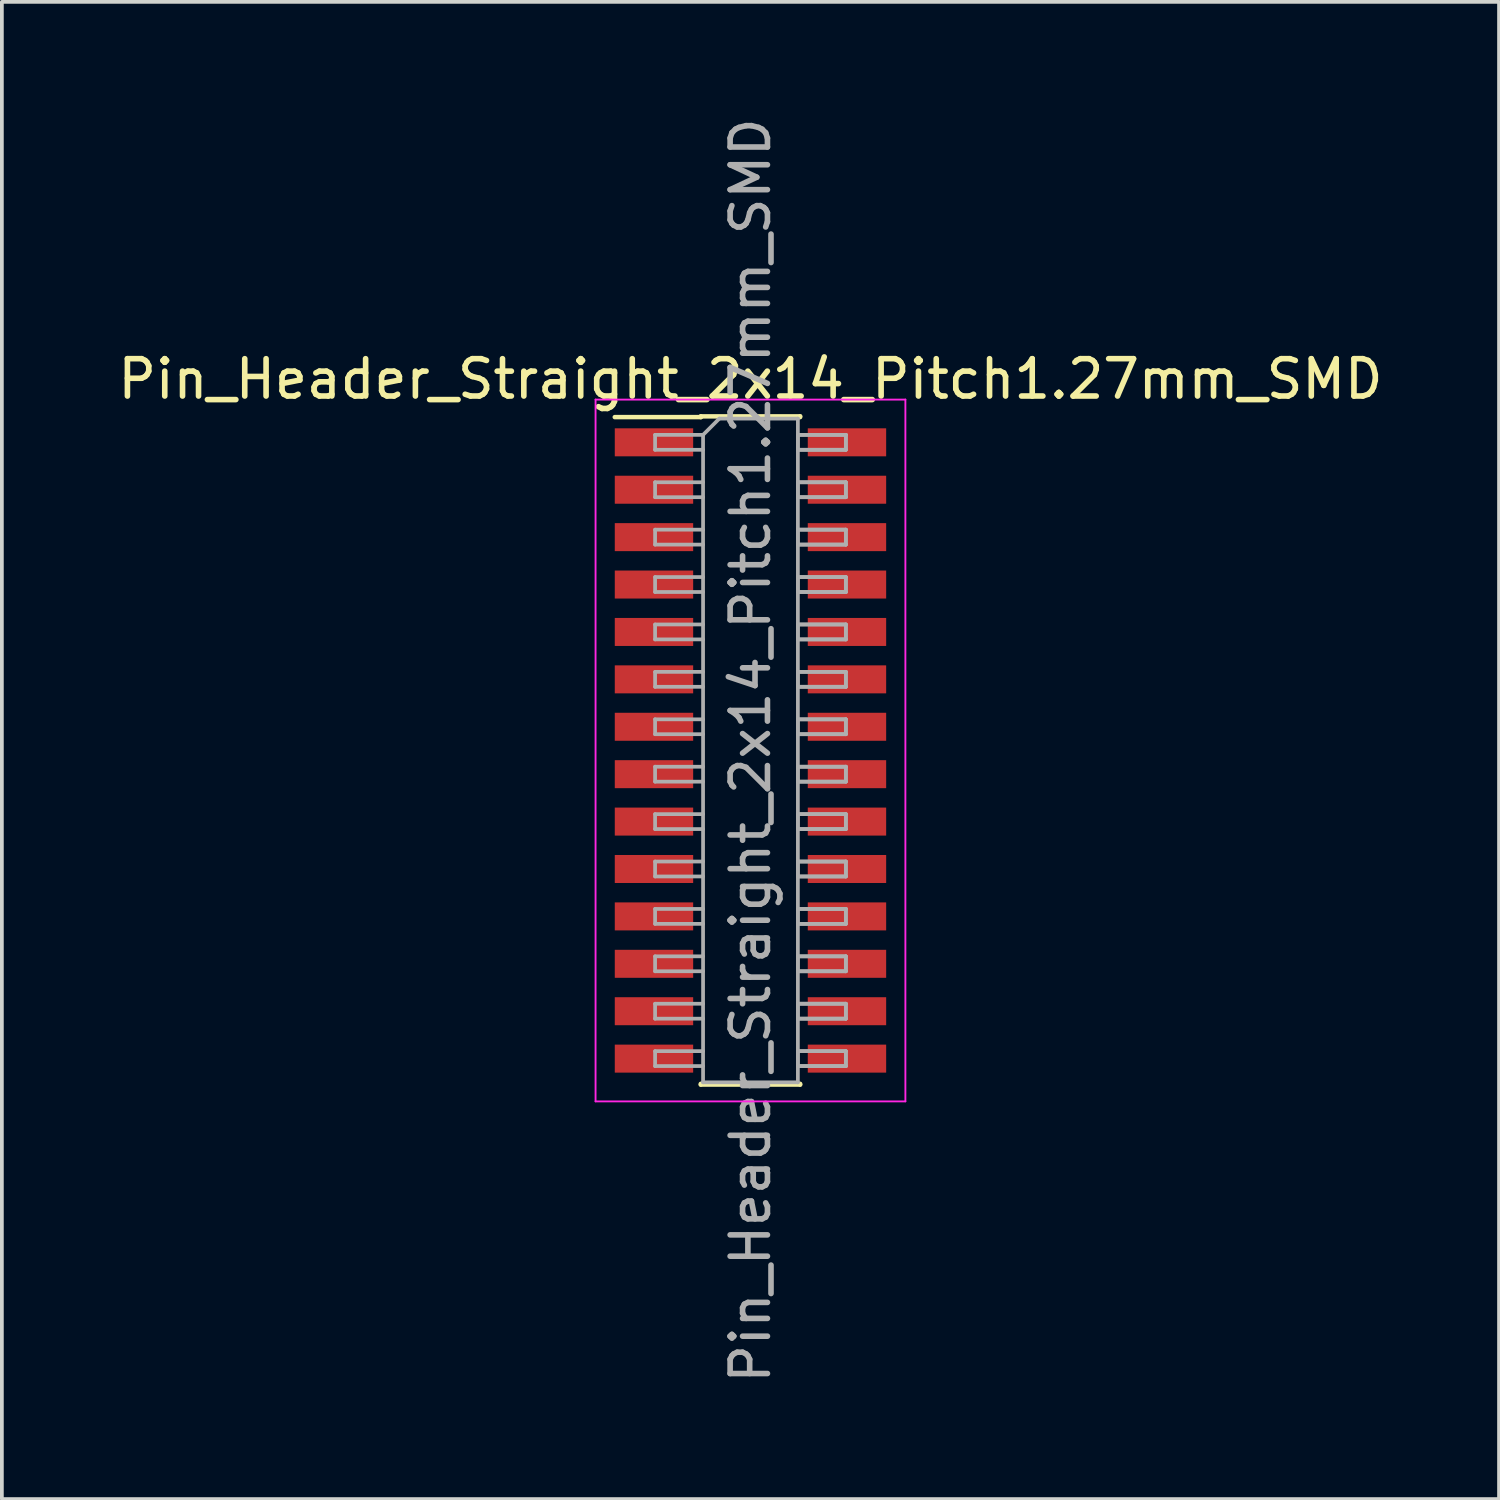
<source format=kicad_pcb>
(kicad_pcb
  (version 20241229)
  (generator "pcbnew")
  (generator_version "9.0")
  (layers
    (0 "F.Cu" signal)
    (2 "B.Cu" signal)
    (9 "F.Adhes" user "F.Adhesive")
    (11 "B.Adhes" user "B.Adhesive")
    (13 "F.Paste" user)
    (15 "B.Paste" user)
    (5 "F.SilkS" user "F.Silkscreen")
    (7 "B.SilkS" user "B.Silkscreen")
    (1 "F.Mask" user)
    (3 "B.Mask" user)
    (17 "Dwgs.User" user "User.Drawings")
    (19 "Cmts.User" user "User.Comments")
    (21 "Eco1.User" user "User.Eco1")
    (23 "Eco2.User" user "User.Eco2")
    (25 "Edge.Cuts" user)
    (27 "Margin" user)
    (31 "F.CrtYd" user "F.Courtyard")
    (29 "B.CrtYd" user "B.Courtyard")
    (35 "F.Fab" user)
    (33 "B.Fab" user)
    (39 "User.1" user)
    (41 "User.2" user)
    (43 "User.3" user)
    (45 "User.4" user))
  (footprint "Pin_Header_Straight_2x14_Pitch1.27mm_SMD"
    (layer "F.Cu")
    (at 17.054 17.054)
    (property "Reference" "Pin_Header_Straight_2x14_Pitch1.27mm_SMD" (at 0 -9.95 0) (layer "F.SilkS") (effects (font (size 1 1) (thickness 0.15))))
    (attr smd)
    (fp_line (start -3.635 -8.93) (end -1.33 -8.93) (stroke (width 0.12) (type solid)) (layer "F.SilkS"))
    (fp_line (start -1.33 -8.95) (end 1.33 -8.95) (stroke (width 0.12) (type solid)) (layer "F.SilkS"))
    (fp_line (start -1.33 -8.93) (end -1.33 -8.95) (stroke (width 0.12) (type solid)) (layer "F.SilkS"))
    (fp_line (start -1.33 8.93) (end -1.33 8.95) (stroke (width 0.12) (type solid)) (layer "F.SilkS"))
    (fp_line (start -1.33 8.95) (end 1.33 8.95) (stroke (width 0.12) (type solid)) (layer "F.SilkS"))
    (fp_line (start 1.33 -8.95) (end 1.33 -8.93) (stroke (width 0.12) (type solid)) (layer "F.SilkS"))
    (fp_line (start 1.33 8.95) (end 1.33 8.93) (stroke (width 0.12) (type solid)) (layer "F.SilkS"))
    (fp_line (start -4.15 -9.4) (end -4.15 9.4) (stroke (width 0.05) (type solid)) (layer "F.CrtYd"))
    (fp_line (start -4.15 9.4) (end 4.15 9.4) (stroke (width 0.05) (type solid)) (layer "F.CrtYd"))
    (fp_line (start 4.15 -9.4) (end -4.15 -9.4) (stroke (width 0.05) (type solid)) (layer "F.CrtYd"))
    (fp_line (start 4.15 9.4) (end 4.15 -9.4) (stroke (width 0.05) (type solid)) (layer "F.CrtYd"))
    (fp_line (start -2.555 -8.455) (end -2.555 -8.055) (stroke (width 0.1) (type solid)) (layer "F.Fab"))
    (fp_line (start -2.555 -8.055) (end -1.27 -8.055) (stroke (width 0.1) (type solid)) (layer "F.Fab"))
    (fp_line (start -2.555 -7.185) (end -2.555 -6.785) (stroke (width 0.1) (type solid)) (layer "F.Fab"))
    (fp_line (start -2.555 -6.785) (end -1.27 -6.785) (stroke (width 0.1) (type solid)) (layer "F.Fab"))
    (fp_line (start -2.555 -5.915) (end -2.555 -5.515) (stroke (width 0.1) (type solid)) (layer "F.Fab"))
    (fp_line (start -2.555 -5.515) (end -1.27 -5.515) (stroke (width 0.1) (type solid)) (layer "F.Fab"))
    (fp_line (start -2.555 -4.645) (end -2.555 -4.245) (stroke (width 0.1) (type solid)) (layer "F.Fab"))
    (fp_line (start -2.555 -4.245) (end -1.27 -4.245) (stroke (width 0.1) (type solid)) (layer "F.Fab"))
    (fp_line (start -2.555 -3.375) (end -2.555 -2.975) (stroke (width 0.1) (type solid)) (layer "F.Fab"))
    (fp_line (start -2.555 -2.975) (end -1.27 -2.975) (stroke (width 0.1) (type solid)) (layer "F.Fab"))
    (fp_line (start -2.555 -2.105) (end -2.555 -1.705) (stroke (width 0.1) (type solid)) (layer "F.Fab"))
    (fp_line (start -2.555 -1.705) (end -1.27 -1.705) (stroke (width 0.1) (type solid)) (layer "F.Fab"))
    (fp_line (start -2.555 -0.835) (end -2.555 -0.435) (stroke (width 0.1) (type solid)) (layer "F.Fab"))
    (fp_line (start -2.555 -0.435) (end -1.27 -0.435) (stroke (width 0.1) (type solid)) (layer "F.Fab"))
    (fp_line (start -2.555 0.435) (end -2.555 0.835) (stroke (width 0.1) (type solid)) (layer "F.Fab"))
    (fp_line (start -2.555 0.835) (end -1.27 0.835) (stroke (width 0.1) (type solid)) (layer "F.Fab"))
    (fp_line (start -2.555 1.705) (end -2.555 2.105) (stroke (width 0.1) (type solid)) (layer "F.Fab"))
    (fp_line (start -2.555 2.105) (end -1.27 2.105) (stroke (width 0.1) (type solid)) (layer "F.Fab"))
    (fp_line (start -2.555 2.975) (end -2.555 3.375) (stroke (width 0.1) (type solid)) (layer "F.Fab"))
    (fp_line (start -2.555 3.375) (end -1.27 3.375) (stroke (width 0.1) (type solid)) (layer "F.Fab"))
    (fp_line (start -2.555 4.245) (end -2.555 4.645) (stroke (width 0.1) (type solid)) (layer "F.Fab"))
    (fp_line (start -2.555 4.645) (end -1.27 4.645) (stroke (width 0.1) (type solid)) (layer "F.Fab"))
    (fp_line (start -2.555 5.515) (end -2.555 5.915) (stroke (width 0.1) (type solid)) (layer "F.Fab"))
    (fp_line (start -2.555 5.915) (end -1.27 5.915) (stroke (width 0.1) (type solid)) (layer "F.Fab"))
    (fp_line (start -2.555 6.785) (end -2.555 7.185) (stroke (width 0.1) (type solid)) (layer "F.Fab"))
    (fp_line (start -2.555 7.185) (end -1.27 7.185) (stroke (width 0.1) (type solid)) (layer "F.Fab"))
    (fp_line (start -2.555 8.055) (end -2.555 8.455) (stroke (width 0.1) (type solid)) (layer "F.Fab"))
    (fp_line (start -2.555 8.455) (end -1.27 8.455) (stroke (width 0.1) (type solid)) (layer "F.Fab"))
    (fp_line (start -1.27 -8.455) (end -2.555 -8.455) (stroke (width 0.1) (type solid)) (layer "F.Fab"))
    (fp_line (start -1.27 -8.455) (end -0.835 -8.89) (stroke (width 0.1) (type solid)) (layer "F.Fab"))
    (fp_line (start -1.27 -7.185) (end -2.555 -7.185) (stroke (width 0.1) (type solid)) (layer "F.Fab"))
    (fp_line (start -1.27 -5.915) (end -2.555 -5.915) (stroke (width 0.1) (type solid)) (layer "F.Fab"))
    (fp_line (start -1.27 -4.645) (end -2.555 -4.645) (stroke (width 0.1) (type solid)) (layer "F.Fab"))
    (fp_line (start -1.27 -3.375) (end -2.555 -3.375) (stroke (width 0.1) (type solid)) (layer "F.Fab"))
    (fp_line (start -1.27 -2.105) (end -2.555 -2.105) (stroke (width 0.1) (type solid)) (layer "F.Fab"))
    (fp_line (start -1.27 -0.835) (end -2.555 -0.835) (stroke (width 0.1) (type solid)) (layer "F.Fab"))
    (fp_line (start -1.27 0.435) (end -2.555 0.435) (stroke (width 0.1) (type solid)) (layer "F.Fab"))
    (fp_line (start -1.27 1.705) (end -2.555 1.705) (stroke (width 0.1) (type solid)) (layer "F.Fab"))
    (fp_line (start -1.27 2.975) (end -2.555 2.975) (stroke (width 0.1) (type solid)) (layer "F.Fab"))
    (fp_line (start -1.27 4.245) (end -2.555 4.245) (stroke (width 0.1) (type solid)) (layer "F.Fab"))
    (fp_line (start -1.27 5.515) (end -2.555 5.515) (stroke (width 0.1) (type solid)) (layer "F.Fab"))
    (fp_line (start -1.27 6.785) (end -2.555 6.785) (stroke (width 0.1) (type solid)) (layer "F.Fab"))
    (fp_line (start -1.27 8.055) (end -2.555 8.055) (stroke (width 0.1) (type solid)) (layer "F.Fab"))
    (fp_line (start -1.27 8.89) (end -1.27 -8.455) (stroke (width 0.1) (type solid)) (layer "F.Fab"))
    (fp_line (start -0.835 -8.89) (end 1.27 -8.89) (stroke (width 0.1) (type solid)) (layer "F.Fab"))
    (fp_line (start 1.27 -8.89) (end 1.27 8.89) (stroke (width 0.1) (type solid)) (layer "F.Fab"))
    (fp_line (start 1.27 -8.455) (end 1.27 -8.055) (stroke (width 0.1) (type solid)) (layer "F.Fab"))
    (fp_line (start 1.27 -8.455) (end 2.555 -8.455) (stroke (width 0.1) (type solid)) (layer "F.Fab"))
    (fp_line (start 1.27 -8.055) (end 2.555 -8.055) (stroke (width 0.1) (type solid)) (layer "F.Fab"))
    (fp_line (start 1.27 -7.185) (end 1.27 -6.785) (stroke (width 0.1) (type solid)) (layer "F.Fab"))
    (fp_line (start 1.27 -7.185) (end 2.555 -7.185) (stroke (width 0.1) (type solid)) (layer "F.Fab"))
    (fp_line (start 1.27 -6.785) (end 2.555 -6.785) (stroke (width 0.1) (type solid)) (layer "F.Fab"))
    (fp_line (start 1.27 -5.915) (end 1.27 -5.515) (stroke (width 0.1) (type solid)) (layer "F.Fab"))
    (fp_line (start 1.27 -5.915) (end 2.555 -5.915) (stroke (width 0.1) (type solid)) (layer "F.Fab"))
    (fp_line (start 1.27 -5.515) (end 2.555 -5.515) (stroke (width 0.1) (type solid)) (layer "F.Fab"))
    (fp_line (start 1.27 -4.645) (end 1.27 -4.245) (stroke (width 0.1) (type solid)) (layer "F.Fab"))
    (fp_line (start 1.27 -4.645) (end 2.555 -4.645) (stroke (width 0.1) (type solid)) (layer "F.Fab"))
    (fp_line (start 1.27 -4.245) (end 2.555 -4.245) (stroke (width 0.1) (type solid)) (layer "F.Fab"))
    (fp_line (start 1.27 -3.375) (end 1.27 -2.975) (stroke (width 0.1) (type solid)) (layer "F.Fab"))
    (fp_line (start 1.27 -3.375) (end 2.555 -3.375) (stroke (width 0.1) (type solid)) (layer "F.Fab"))
    (fp_line (start 1.27 -2.975) (end 2.555 -2.975) (stroke (width 0.1) (type solid)) (layer "F.Fab"))
    (fp_line (start 1.27 -2.105) (end 1.27 -1.705) (stroke (width 0.1) (type solid)) (layer "F.Fab"))
    (fp_line (start 1.27 -2.105) (end 2.555 -2.105) (stroke (width 0.1) (type solid)) (layer "F.Fab"))
    (fp_line (start 1.27 -1.705) (end 2.555 -1.705) (stroke (width 0.1) (type solid)) (layer "F.Fab"))
    (fp_line (start 1.27 -0.835) (end 1.27 -0.435) (stroke (width 0.1) (type solid)) (layer "F.Fab"))
    (fp_line (start 1.27 -0.835) (end 2.555 -0.835) (stroke (width 0.1) (type solid)) (layer "F.Fab"))
    (fp_line (start 1.27 -0.435) (end 2.555 -0.435) (stroke (width 0.1) (type solid)) (layer "F.Fab"))
    (fp_line (start 1.27 0.435) (end 1.27 0.835) (stroke (width 0.1) (type solid)) (layer "F.Fab"))
    (fp_line (start 1.27 0.435) (end 2.555 0.435) (stroke (width 0.1) (type solid)) (layer "F.Fab"))
    (fp_line (start 1.27 0.835) (end 2.555 0.835) (stroke (width 0.1) (type solid)) (layer "F.Fab"))
    (fp_line (start 1.27 1.705) (end 1.27 2.105) (stroke (width 0.1) (type solid)) (layer "F.Fab"))
    (fp_line (start 1.27 1.705) (end 2.555 1.705) (stroke (width 0.1) (type solid)) (layer "F.Fab"))
    (fp_line (start 1.27 2.105) (end 2.555 2.105) (stroke (width 0.1) (type solid)) (layer "F.Fab"))
    (fp_line (start 1.27 2.975) (end 1.27 3.375) (stroke (width 0.1) (type solid)) (layer "F.Fab"))
    (fp_line (start 1.27 2.975) (end 2.555 2.975) (stroke (width 0.1) (type solid)) (layer "F.Fab"))
    (fp_line (start 1.27 3.375) (end 2.555 3.375) (stroke (width 0.1) (type solid)) (layer "F.Fab"))
    (fp_line (start 1.27 4.245) (end 1.27 4.645) (stroke (width 0.1) (type solid)) (layer "F.Fab"))
    (fp_line (start 1.27 4.245) (end 2.555 4.245) (stroke (width 0.1) (type solid)) (layer "F.Fab"))
    (fp_line (start 1.27 4.645) (end 2.555 4.645) (stroke (width 0.1) (type solid)) (layer "F.Fab"))
    (fp_line (start 1.27 5.515) (end 1.27 5.915) (stroke (width 0.1) (type solid)) (layer "F.Fab"))
    (fp_line (start 1.27 5.515) (end 2.555 5.515) (stroke (width 0.1) (type solid)) (layer "F.Fab"))
    (fp_line (start 1.27 5.915) (end 2.555 5.915) (stroke (width 0.1) (type solid)) (layer "F.Fab"))
    (fp_line (start 1.27 6.785) (end 1.27 7.185) (stroke (width 0.1) (type solid)) (layer "F.Fab"))
    (fp_line (start 1.27 6.785) (end 2.555 6.785) (stroke (width 0.1) (type solid)) (layer "F.Fab"))
    (fp_line (start 1.27 7.185) (end 2.555 7.185) (stroke (width 0.1) (type solid)) (layer "F.Fab"))
    (fp_line (start 1.27 8.055) (end 1.27 8.455) (stroke (width 0.1) (type solid)) (layer "F.Fab"))
    (fp_line (start 1.27 8.055) (end 2.555 8.055) (stroke (width 0.1) (type solid)) (layer "F.Fab"))
    (fp_line (start 1.27 8.455) (end 2.555 8.455) (stroke (width 0.1) (type solid)) (layer "F.Fab"))
    (fp_line (start 1.27 8.89) (end -1.27 8.89) (stroke (width 0.1) (type solid)) (layer "F.Fab"))
    (fp_line (start 2.555 -8.455) (end 1.27 -8.455) (stroke (width 0.1) (type solid)) (layer "F.Fab"))
    (fp_line (start 2.555 -8.455) (end 2.555 -8.055) (stroke (width 0.1) (type solid)) (layer "F.Fab"))
    (fp_line (start 2.555 -8.055) (end 1.27 -8.055) (stroke (width 0.1) (type solid)) (layer "F.Fab"))
    (fp_line (start 2.555 -8.055) (end 2.555 -8.455) (stroke (width 0.1) (type solid)) (layer "F.Fab"))
    (fp_line (start 2.555 -7.185) (end 1.27 -7.185) (stroke (width 0.1) (type solid)) (layer "F.Fab"))
    (fp_line (start 2.555 -7.185) (end 2.555 -6.785) (stroke (width 0.1) (type solid)) (layer "F.Fab"))
    (fp_line (start 2.555 -6.785) (end 1.27 -6.785) (stroke (width 0.1) (type solid)) (layer "F.Fab"))
    (fp_line (start 2.555 -6.785) (end 2.555 -7.185) (stroke (width 0.1) (type solid)) (layer "F.Fab"))
    (fp_line (start 2.555 -5.915) (end 1.27 -5.915) (stroke (width 0.1) (type solid)) (layer "F.Fab"))
    (fp_line (start 2.555 -5.915) (end 2.555 -5.515) (stroke (width 0.1) (type solid)) (layer "F.Fab"))
    (fp_line (start 2.555 -5.515) (end 1.27 -5.515) (stroke (width 0.1) (type solid)) (layer "F.Fab"))
    (fp_line (start 2.555 -5.515) (end 2.555 -5.915) (stroke (width 0.1) (type solid)) (layer "F.Fab"))
    (fp_line (start 2.555 -4.645) (end 1.27 -4.645) (stroke (width 0.1) (type solid)) (layer "F.Fab"))
    (fp_line (start 2.555 -4.645) (end 2.555 -4.245) (stroke (width 0.1) (type solid)) (layer "F.Fab"))
    (fp_line (start 2.555 -4.245) (end 1.27 -4.245) (stroke (width 0.1) (type solid)) (layer "F.Fab"))
    (fp_line (start 2.555 -4.245) (end 2.555 -4.645) (stroke (width 0.1) (type solid)) (layer "F.Fab"))
    (fp_line (start 2.555 -3.375) (end 1.27 -3.375) (stroke (width 0.1) (type solid)) (layer "F.Fab"))
    (fp_line (start 2.555 -3.375) (end 2.555 -2.975) (stroke (width 0.1) (type solid)) (layer "F.Fab"))
    (fp_line (start 2.555 -2.975) (end 1.27 -2.975) (stroke (width 0.1) (type solid)) (layer "F.Fab"))
    (fp_line (start 2.555 -2.975) (end 2.555 -3.375) (stroke (width 0.1) (type solid)) (layer "F.Fab"))
    (fp_line (start 2.555 -2.105) (end 1.27 -2.105) (stroke (width 0.1) (type solid)) (layer "F.Fab"))
    (fp_line (start 2.555 -2.105) (end 2.555 -1.705) (stroke (width 0.1) (type solid)) (layer "F.Fab"))
    (fp_line (start 2.555 -1.705) (end 1.27 -1.705) (stroke (width 0.1) (type solid)) (layer "F.Fab"))
    (fp_line (start 2.555 -1.705) (end 2.555 -2.105) (stroke (width 0.1) (type solid)) (layer "F.Fab"))
    (fp_line (start 2.555 -0.835) (end 1.27 -0.835) (stroke (width 0.1) (type solid)) (layer "F.Fab"))
    (fp_line (start 2.555 -0.835) (end 2.555 -0.435) (stroke (width 0.1) (type solid)) (layer "F.Fab"))
    (fp_line (start 2.555 -0.435) (end 1.27 -0.435) (stroke (width 0.1) (type solid)) (layer "F.Fab"))
    (fp_line (start 2.555 -0.435) (end 2.555 -0.835) (stroke (width 0.1) (type solid)) (layer "F.Fab"))
    (fp_line (start 2.555 0.435) (end 1.27 0.435) (stroke (width 0.1) (type solid)) (layer "F.Fab"))
    (fp_line (start 2.555 0.435) (end 2.555 0.835) (stroke (width 0.1) (type solid)) (layer "F.Fab"))
    (fp_line (start 2.555 0.835) (end 1.27 0.835) (stroke (width 0.1) (type solid)) (layer "F.Fab"))
    (fp_line (start 2.555 0.835) (end 2.555 0.435) (stroke (width 0.1) (type solid)) (layer "F.Fab"))
    (fp_line (start 2.555 1.705) (end 1.27 1.705) (stroke (width 0.1) (type solid)) (layer "F.Fab"))
    (fp_line (start 2.555 1.705) (end 2.555 2.105) (stroke (width 0.1) (type solid)) (layer "F.Fab"))
    (fp_line (start 2.555 2.105) (end 1.27 2.105) (stroke (width 0.1) (type solid)) (layer "F.Fab"))
    (fp_line (start 2.555 2.105) (end 2.555 1.705) (stroke (width 0.1) (type solid)) (layer "F.Fab"))
    (fp_line (start 2.555 2.975) (end 1.27 2.975) (stroke (width 0.1) (type solid)) (layer "F.Fab"))
    (fp_line (start 2.555 2.975) (end 2.555 3.375) (stroke (width 0.1) (type solid)) (layer "F.Fab"))
    (fp_line (start 2.555 3.375) (end 1.27 3.375) (stroke (width 0.1) (type solid)) (layer "F.Fab"))
    (fp_line (start 2.555 3.375) (end 2.555 2.975) (stroke (width 0.1) (type solid)) (layer "F.Fab"))
    (fp_line (start 2.555 4.245) (end 1.27 4.245) (stroke (width 0.1) (type solid)) (layer "F.Fab"))
    (fp_line (start 2.555 4.245) (end 2.555 4.645) (stroke (width 0.1) (type solid)) (layer "F.Fab"))
    (fp_line (start 2.555 4.645) (end 1.27 4.645) (stroke (width 0.1) (type solid)) (layer "F.Fab"))
    (fp_line (start 2.555 4.645) (end 2.555 4.245) (stroke (width 0.1) (type solid)) (layer "F.Fab"))
    (fp_line (start 2.555 5.515) (end 1.27 5.515) (stroke (width 0.1) (type solid)) (layer "F.Fab"))
    (fp_line (start 2.555 5.515) (end 2.555 5.915) (stroke (width 0.1) (type solid)) (layer "F.Fab"))
    (fp_line (start 2.555 5.915) (end 1.27 5.915) (stroke (width 0.1) (type solid)) (layer "F.Fab"))
    (fp_line (start 2.555 5.915) (end 2.555 5.515) (stroke (width 0.1) (type solid)) (layer "F.Fab"))
    (fp_line (start 2.555 6.785) (end 1.27 6.785) (stroke (width 0.1) (type solid)) (layer "F.Fab"))
    (fp_line (start 2.555 6.785) (end 2.555 7.185) (stroke (width 0.1) (type solid)) (layer "F.Fab"))
    (fp_line (start 2.555 7.185) (end 1.27 7.185) (stroke (width 0.1) (type solid)) (layer "F.Fab"))
    (fp_line (start 2.555 7.185) (end 2.555 6.785) (stroke (width 0.1) (type solid)) (layer "F.Fab"))
    (fp_line (start 2.555 8.055) (end 1.27 8.055) (stroke (width 0.1) (type solid)) (layer "F.Fab"))
    (fp_line (start 2.555 8.055) (end 2.555 8.455) (stroke (width 0.1) (type solid)) (layer "F.Fab"))
    (fp_line (start 2.555 8.455) (end 1.27 8.455) (stroke (width 0.1) (type solid)) (layer "F.Fab"))
    (fp_line (start 2.555 8.455) (end 2.555 8.055) (stroke (width 0.1) (type solid)) (layer "F.Fab"))
    (fp_text user "${REFERENCE}" (at 0 0 90) (layer "F.Fab") (effects (font (size 1 1) (thickness 0.15))))
    (pad "1" smd rect (at -2.585 -8.255) (size 2.1 0.75) (layers "F.Cu" "F.Mask"))
    (pad "2" smd rect (at 2.585 -8.255) (size 2.1 0.75) (layers "F.Cu" "F.Mask"))
    (pad "3" smd rect (at -2.585 -6.985) (size 2.1 0.75) (layers "F.Cu" "F.Mask"))
    (pad "4" smd rect (at 2.585 -6.985) (size 2.1 0.75) (layers "F.Cu" "F.Mask"))
    (pad "5" smd rect (at -2.585 -5.715) (size 2.1 0.75) (layers "F.Cu" "F.Mask"))
    (pad "6" smd rect (at 2.585 -5.715) (size 2.1 0.75) (layers "F.Cu" "F.Mask"))
    (pad "7" smd rect (at -2.585 -4.445) (size 2.1 0.75) (layers "F.Cu" "F.Mask"))
    (pad "8" smd rect (at 2.585 -4.445) (size 2.1 0.75) (layers "F.Cu" "F.Mask"))
    (pad "9" smd rect (at -2.585 -3.175) (size 2.1 0.75) (layers "F.Cu" "F.Mask"))
    (pad "10" smd rect (at 2.585 -3.175) (size 2.1 0.75) (layers "F.Cu" "F.Mask"))
    (pad "11" smd rect (at -2.585 -1.905) (size 2.1 0.75) (layers "F.Cu" "F.Mask"))
    (pad "12" smd rect (at 2.585 -1.905) (size 2.1 0.75) (layers "F.Cu" "F.Mask"))
    (pad "13" smd rect (at -2.585 -0.635) (size 2.1 0.75) (layers "F.Cu" "F.Mask"))
    (pad "14" smd rect (at 2.585 -0.635) (size 2.1 0.75) (layers "F.Cu" "F.Mask"))
    (pad "15" smd rect (at -2.585 0.635) (size 2.1 0.75) (layers "F.Cu" "F.Mask"))
    (pad "16" smd rect (at 2.585 0.635) (size 2.1 0.75) (layers "F.Cu" "F.Mask"))
    (pad "17" smd rect (at -2.585 1.905) (size 2.1 0.75) (layers "F.Cu" "F.Mask"))
    (pad "18" smd rect (at 2.585 1.905) (size 2.1 0.75) (layers "F.Cu" "F.Mask"))
    (pad "19" smd rect (at -2.585 3.175) (size 2.1 0.75) (layers "F.Cu" "F.Mask"))
    (pad "20" smd rect (at 2.585 3.175) (size 2.1 0.75) (layers "F.Cu" "F.Mask"))
    (pad "21" smd rect (at -2.585 4.445) (size 2.1 0.75) (layers "F.Cu" "F.Mask"))
    (pad "22" smd rect (at 2.585 4.445) (size 2.1 0.75) (layers "F.Cu" "F.Mask"))
    (pad "23" smd rect (at -2.585 5.715) (size 2.1 0.75) (layers "F.Cu" "F.Mask"))
    (pad "24" smd rect (at 2.585 5.715) (size 2.1 0.75) (layers "F.Cu" "F.Mask"))
    (pad "25" smd rect (at -2.585 6.985) (size 2.1 0.75) (layers "F.Cu" "F.Mask"))
    (pad "26" smd rect (at 2.585 6.985) (size 2.1 0.75) (layers "F.Cu" "F.Mask"))
    (pad "27" smd rect (at -2.585 8.255) (size 2.1 0.75) (layers "F.Cu" "F.Mask"))
    (pad "28" smd rect (at 2.585 8.255) (size 2.1 0.75) (layers "F.Cu" "F.Mask")))
  (gr_rect
    (start -3 -3)
    (end 37.107 37.107)
    (stroke (width 0.1) (type default))
    (fill no)
    (layer "Edge.Cuts")))
</source>
